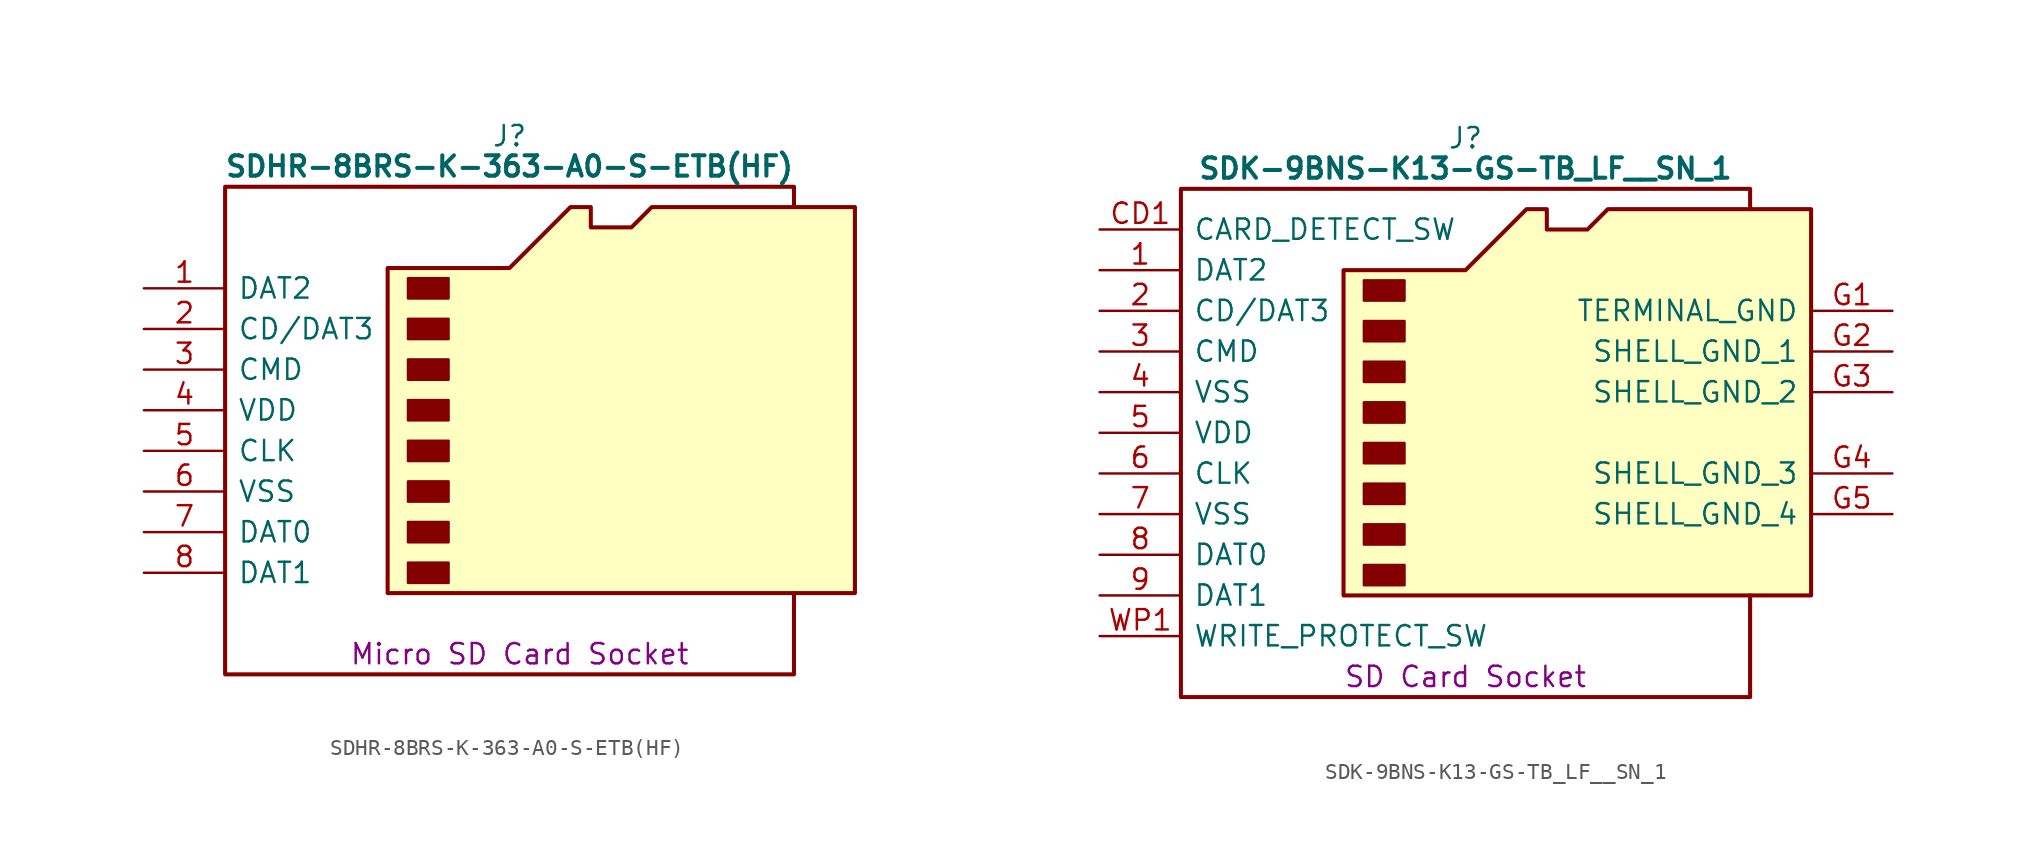
<source format=kicad_sym>
(kicad_symbol_lib
  (version 20231120)
  (generator "kicad_symbol_editor")
  (generator_version "8.0")
  (symbol "SDHR-8BRS-K-363-A0-S-ETB(HF)"
    (pin_names
      (offset 0.762))
    (property "Reference" "J"
      (at 22.86 9.525 0)
      (effects (font (size 1.27 1.27))))
    (property "Value" "SDHR-8BRS-K-363-A0-S-ETB(HF)"
      (at 22.86 7.62 0)
      (effects (font (size 1.27 1.27) (bold yes))))
    (property "Description" "Micro SD Card Socket"
      (at 23.495 -22.86 0)
      (effects (font (size 1.27 1.27))))
    (symbol "SDHR-8BRS-K-363-A0-S-ETB(HF)_0_0"
      (pin bidirectional line (at 0 0 0) (length 5.08) (name "DAT2" (effects (font (size 1.27 1.27)))) (number "1" (effects (font (size 1.27 1.27)))))
      (pin no_connect line (at 0 2.54 0) (length 5.08) hide (name "N.C." (effects (font (size 1.27 1.27)))) (number "10" (effects (font (size 1.27 1.27)))))
      (pin no_connect line (at 45.72 3.81 180) (length 5.08) hide (name "N.C." (effects (font (size 1.27 1.27)))) (number "11" (effects (font (size 1.27 1.27)))))
      (pin no_connect line (at 45.72 1.27 180) (length 5.08) hide (name "N.C." (effects (font (size 1.27 1.27)))) (number "12" (effects (font (size 1.27 1.27)))))
      (pin no_connect line (at 45.72 -1.27 180) (length 5.08) hide (name "N.C." (effects (font (size 1.27 1.27)))) (number "13" (effects (font (size 1.27 1.27)))))
      (pin no_connect line (at 45.72 -3.81 180) (length 5.08) hide (name "N.C." (effects (font (size 1.27 1.27)))) (number "14" (effects (font (size 1.27 1.27)))))
      (pin no_connect line (at 45.72 -6.35 180) (length 5.08) hide (name "N.C." (effects (font (size 1.27 1.27)))) (number "15" (effects (font (size 1.27 1.27)))))
      (pin no_connect line (at 45.72 -8.89 180) (length 5.08) hide (name "N.C." (effects (font (size 1.27 1.27)))) (number "16" (effects (font (size 1.27 1.27)))))
      (pin no_connect line (at 45.72 -11.43 180) (length 5.08) hide (name "N.C." (effects (font (size 1.27 1.27)))) (number "17" (effects (font (size 1.27 1.27)))))
      (pin no_connect line (at 45.72 -13.97 180) (length 5.08) hide (name "N.C." (effects (font (size 1.27 1.27)))) (number "18" (effects (font (size 1.27 1.27)))))
      (pin no_connect line (at 45.72 -16.51 180) (length 5.08) hide (name "N.C." (effects (font (size 1.27 1.27)))) (number "19" (effects (font (size 1.27 1.27)))))
      (pin bidirectional line (at 0 -2.54 0) (length 5.08) (name "CD/DAT3" (effects (font (size 1.27 1.27)))) (number "2" (effects (font (size 1.27 1.27)))))
      (pin no_connect line (at 45.72 -19.05 180) (length 5.08) hide (name "N.C." (effects (font (size 1.27 1.27)))) (number "20" (effects (font (size 1.27 1.27)))))
      (pin no_connect line (at 45.72 -21.59 180) (length 5.08) hide (name "N.C." (effects (font (size 1.27 1.27)))) (number "21" (effects (font (size 1.27 1.27)))))
      (pin input line (at 0 -5.08 0) (length 5.08) (name "CMD" (effects (font (size 1.27 1.27)))) (number "3" (effects (font (size 1.27 1.27)))))
      (pin passive line (at 0 -7.62 0) (length 5.08) (name "VDD" (effects (font (size 1.27 1.27)))) (number "4" (effects (font (size 1.27 1.27)))))
      (pin input line (at 0 -10.16 0) (length 5.08) (name "CLK" (effects (font (size 1.27 1.27)))) (number "5" (effects (font (size 1.27 1.27)))))
      (pin passive line (at 0 -12.7 0) (length 5.08) (name "VSS" (effects (font (size 1.27 1.27)))) (number "6" (effects (font (size 1.27 1.27)))))
      (pin bidirectional line (at 0 -15.24 0) (length 5.08) (name "DAT0" (effects (font (size 1.27 1.27)))) (number "7" (effects (font (size 1.27 1.27)))))
      (pin bidirectional line (at 0 -17.78 0) (length 5.08) (name "DAT1" (effects (font (size 1.27 1.27)))) (number "8" (effects (font (size 1.27 1.27)))))
      (pin no_connect line (at 0 -20.32 0) (length 5.08) hide (name "N.C." (effects (font (size 1.27 1.27)))) (number "9" (effects (font (size 1.27 1.27))))))
    (symbol "SDHR-8BRS-K-363-A0-S-ETB(HF)_0_1"
      (polyline (pts (xy 40.64 5.08) (xy 40.64 6.35) (xy 5.08 6.35) (xy 5.08 -24.13) (xy 40.64 -24.13) (xy 40.64 -19.05)) (stroke (width 0.254) (type default)) (fill (type none)))
      (polyline (pts (xy 15.24 -19.05) (xy 15.24 1.27) (xy 22.86 1.27) (xy 26.67 5.08) (xy 27.94 5.08) (xy 27.94 3.81) (xy 30.48 3.81) (xy 31.75 5.08) (xy 44.45 5.08) (xy 44.45 -19.05) (xy 15.24 -19.05)) (stroke (width 0.254) (type default)) (fill (type background)))
      (rectangle (start 16.51 -17.145) (end 19.05 -18.415) (stroke (width 0) (type default)) (fill (type outline)))
      (rectangle (start 16.51 -14.605) (end 19.05 -15.875) (stroke (width 0) (type default)) (fill (type outline)))
      (rectangle (start 16.51 -12.065) (end 19.05 -13.335) (stroke (width 0) (type default)) (fill (type outline)))
      (rectangle (start 16.51 -9.525) (end 19.05 -10.795) (stroke (width 0) (type default)) (fill (type outline)))
      (rectangle (start 16.51 -6.985) (end 19.05 -8.255) (stroke (width 0) (type default)) (fill (type outline)))
      (rectangle (start 16.51 -4.445) (end 19.05 -5.715) (stroke (width 0) (type default)) (fill (type outline)))
      (rectangle (start 16.51 -1.905) (end 19.05 -3.175) (stroke (width 0) (type default)) (fill (type outline)))
      (rectangle (start 16.51 0.635) (end 19.05 -0.635) (stroke (width 0) (type default)) (fill (type outline)))))
  (symbol "SDK-9BNS-K13-GS-TB_LF__SN_1"
    (pin_names
      (offset 0.762))
    (property "Reference" "J"
      (at 17.78 5.715 0)
      (effects (font (size 1.27 1.27))))
    (property "Value" "SDK-9BNS-K13-GS-TB_LF__SN_1"
      (at 17.78 3.81 0)
      (effects (font (size 1.27 1.27) (bold yes))))
    (property "Description" "SD Card Socket"
      (at 17.78 -27.94 0)
      (effects (font (size 1.27 1.27))))
    (symbol "SDK-9BNS-K13-GS-TB_LF__SN_1_0_0"
      (pin bidirectional line (at -5.08 -2.54 0) (length 5.08) (name "DAT2" (effects (font (size 1.27 1.27)))) (number "1" (effects (font (size 1.27 1.27)))))
      (pin bidirectional line (at -5.08 -5.08 0) (length 5.08) (name "CD/DAT3" (effects (font (size 1.27 1.27)))) (number "2" (effects (font (size 1.27 1.27)))))
      (pin input line (at -5.08 -7.62 0) (length 5.08) (name "CMD" (effects (font (size 1.27 1.27)))) (number "3" (effects (font (size 1.27 1.27)))))
      (pin passive line (at 44.45 -7.62 180) (length 5.08) (name "SHELL_GND_1" (effects (font (size 1.27 1.27)))) (number "G2" (effects (font (size 1.27 1.27)))))
      (pin passive line (at 44.45 -10.16 180) (length 5.08) (name "SHELL_GND_2" (effects (font (size 1.27 1.27)))) (number "G3" (effects (font (size 1.27 1.27)))))
      (pin passive line (at 44.45 -15.24 180) (length 5.08) (name "SHELL_GND_3" (effects (font (size 1.27 1.27)))) (number "G4" (effects (font (size 1.27 1.27)))))
      (pin passive line (at 44.45 -17.78 180) (length 5.08) (name "SHELL_GND_4" (effects (font (size 1.27 1.27)))) (number "G5" (effects (font (size 1.27 1.27))))))
    (symbol "SDK-9BNS-K13-GS-TB_LF__SN_1_0_1"
      (polyline (pts (xy 35.56 1.27) (xy 35.56 2.54) (xy 0 2.54) (xy 0 -29.21) (xy 35.56 -29.21) (xy 35.56 -22.86)) (stroke (width 0.254) (type default)) (fill (type none)))
      (polyline (pts (xy 10.16 -22.86) (xy 10.16 -2.54) (xy 17.78 -2.54) (xy 21.59 1.27) (xy 22.86 1.27) (xy 22.86 0) (xy 25.4 0) (xy 26.67 1.27) (xy 39.37 1.27) (xy 39.37 -22.86) (xy 10.16 -22.86)) (stroke (width 0.254) (type default)) (fill (type background)))
      (rectangle (start 11.43 -20.955) (end 13.97 -22.225) (stroke (width 0) (type default)) (fill (type outline)))
      (rectangle (start 11.43 -18.415) (end 13.97 -19.685) (stroke (width 0) (type default)) (fill (type outline)))
      (rectangle (start 11.43 -15.875) (end 13.97 -17.145) (stroke (width 0) (type default)) (fill (type outline)))
      (rectangle (start 11.43 -13.335) (end 13.97 -14.605) (stroke (width 0) (type default)) (fill (type outline)))
      (rectangle (start 11.43 -10.795) (end 13.97 -12.065) (stroke (width 0) (type default)) (fill (type outline)))
      (rectangle (start 11.43 -8.255) (end 13.97 -9.525) (stroke (width 0) (type default)) (fill (type outline)))
      (rectangle (start 11.43 -5.715) (end 13.97 -6.985) (stroke (width 0) (type default)) (fill (type outline)))
      (rectangle (start 11.43 -3.175) (end 13.97 -4.445) (stroke (width 0) (type default)) (fill (type outline))))
    (symbol "SDK-9BNS-K13-GS-TB_LF__SN_1_1_0"
      (pin passive line (at -5.08 -10.16 0) (length 5.08) (name "VSS" (effects (font (size 1.27 1.27)))) (number "4" (effects (font (size 1.27 1.27)))))
      (pin passive line (at -5.08 -12.7 0) (length 5.08) (name "VDD" (effects (font (size 1.27 1.27)))) (number "5" (effects (font (size 1.27 1.27)))))
      (pin input line (at -5.08 -15.24 0) (length 5.08) (name "CLK" (effects (font (size 1.27 1.27)))) (number "6" (effects (font (size 1.27 1.27)))))
      (pin passive line (at -5.08 -17.78 0) (length 5.08) (name "VSS" (effects (font (size 1.27 1.27)))) (number "7" (effects (font (size 1.27 1.27)))))
      (pin bidirectional line (at -5.08 -20.32 0) (length 5.08) (name "DAT0" (effects (font (size 1.27 1.27)))) (number "8" (effects (font (size 1.27 1.27)))))
      (pin bidirectional line (at -5.08 -22.86 0) (length 5.08) (name "DAT1" (effects (font (size 1.27 1.27)))) (number "9" (effects (font (size 1.27 1.27)))))
      (pin passive line (at -5.08 0 0) (length 5.08) (name "CARD_DETECT_SW" (effects (font (size 1.27 1.27)))) (number "CD1" (effects (font (size 1.27 1.27)))))
      (pin passive line (at 44.45 -5.08 180) (length 5.08) (name "TERMINAL_GND" (effects (font (size 1.27 1.27)))) (number "G1" (effects (font (size 1.27 1.27)))))
      (pin passive line (at -5.08 -25.4 0) (length 5.08) (name "WRITE_PROTECT_SW" (effects (font (size 1.27 1.27)))) (number "WP1" (effects (font (size 1.27 1.27))))))))
</source>
